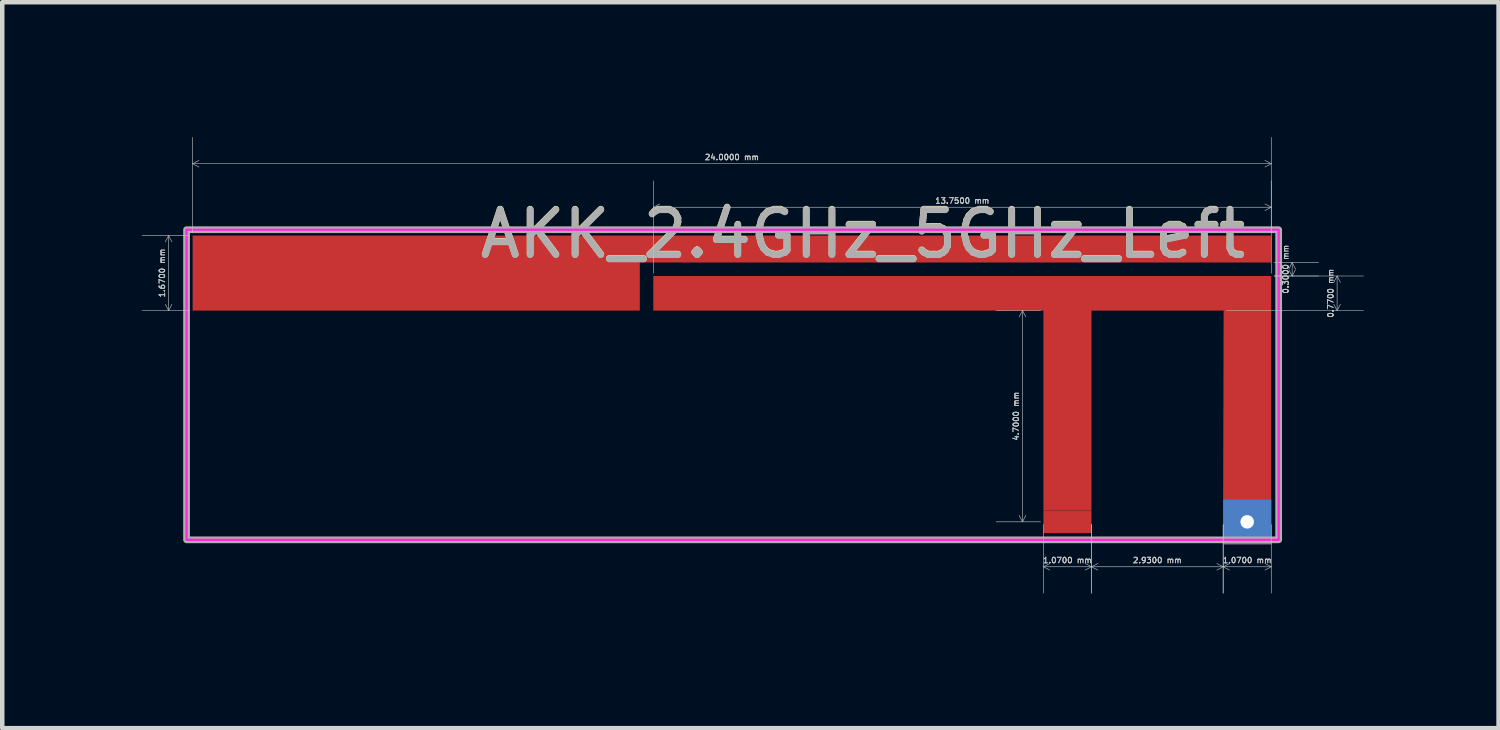
<source format=kicad_pcb>
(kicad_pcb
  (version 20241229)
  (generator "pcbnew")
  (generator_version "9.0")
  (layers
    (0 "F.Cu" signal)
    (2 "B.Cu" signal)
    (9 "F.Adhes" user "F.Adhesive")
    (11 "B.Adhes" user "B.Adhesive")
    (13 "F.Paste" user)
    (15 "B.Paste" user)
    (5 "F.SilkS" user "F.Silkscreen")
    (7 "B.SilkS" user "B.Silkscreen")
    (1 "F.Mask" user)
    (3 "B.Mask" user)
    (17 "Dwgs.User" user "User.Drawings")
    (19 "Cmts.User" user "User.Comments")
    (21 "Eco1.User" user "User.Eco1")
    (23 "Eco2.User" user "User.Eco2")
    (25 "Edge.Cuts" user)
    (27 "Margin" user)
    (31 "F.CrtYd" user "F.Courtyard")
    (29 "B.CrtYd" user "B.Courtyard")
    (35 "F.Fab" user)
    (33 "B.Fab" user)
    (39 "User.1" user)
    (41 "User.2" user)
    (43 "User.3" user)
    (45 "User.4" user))
  (footprint "AKK_2.4GHz_5GHz_Left"
    (layer "F.Cu")
    (at 20.701 8.561)
    (property "Reference" "AKK_2.4GHz_5GHz_Left" (at -4.55 -6.41 0) (layer "F.SilkS") (effects (font (size 1 1) (thickness 0.15))))
    (attr exclude_from_pos_files exclude_from_bom)
    (fp_poly (pts (xy 4.535 -5.77) (xy -9.515 -5.77) (xy -9.515 -4.7) (xy -19.465 -4.7) (xy -19.465 -6.37) (xy 4.535 -6.37)) (stroke (width 0) (type solid)) (fill yes) (layer "F.Cu"))
    (fp_poly (pts (xy -0.535 -0.25) (xy -0.535 -4.7) (xy -9.215 -4.7) (xy -9.215 -5.47) (xy 4.535 -5.47) (xy 4.535 -0.5) (xy 3.465 -0.5) (xy 3.475 -4.7) (xy 0.535 -4.7) (xy 0.535 -0.25)) (stroke (width 0) (type solid)) (fill yes) (layer "F.Cu"))
    (fp_rect (start -19.6 -6.5) (end 4.7 0.4) (stroke (width 0.05) (type default)) (fill no) (layer "F.CrtYd"))
    (fp_rect (start -19.6 -6.5) (end 4.7 0.4) (stroke (width 0.15) (type default)) (fill no) (layer "F.Fab"))
    (fp_text user "${REFERENCE}" (at -4.55 -6.4 0) (layer "F.Fab") (effects (font (size 1 1) (thickness 0.15))))
    (dimension (type aligned) (layer "Dwgs.User") (pts (xy 24.166 8.561) (xy 25.236 8.561)) (height 1) (format (prefix "") (suffix "") (units 3) (units_format 1) (precision 4)) (style (thickness 0.013) (arrow_length 0.159) (text_position_mode 0) (arrow_direction outward) (extension_height 0.586) (extension_offset 0.062) (keep_text_aligned yes)) (gr_text "1.0700 mm" (at 24.701 9.417 0) (layer "Dwgs.User") (effects (font (size 0.125 0.125) (thickness 0.019)))))
    (dimension (type aligned) (layer "Dwgs.User") (pts (xy 25.236 2.191) (xy 1.236 2.191)) (height 1.598) (format (prefix "") (suffix "") (units 3) (units_format 1) (precision 4)) (style (thickness 0.013) (arrow_length 0.159) (text_position_mode 0) (arrow_direction outward) (extension_height 0.586) (extension_offset 0.062) (keep_text_aligned yes)) (gr_text "24.0000 mm" (at 13.236 0.449 0) (layer "Dwgs.User") (effects (font (size 0.125 0.125) (thickness 0.019)))))
    (dimension (type aligned) (layer "Dwgs.User") (pts (xy 25.236 3.091) (xy 25.236 2.791)) (height 0.465) (format (prefix "") (suffix "") (units 3) (units_format 1) (precision 4)) (style (thickness 0.013) (arrow_length 0.159) (text_position_mode 0) (arrow_direction outward) (extension_height 0.586) (extension_offset 0.062) (keep_text_aligned yes)) (gr_text "0.3000 mm" (at 25.557 2.941 90) (layer "Dwgs.User") (effects (font (size 0.125 0.125) (thickness 0.019)))))
    (dimension (type aligned) (layer "Dwgs.User") (pts (xy 21.236 8.561) (xy 24.166 8.561)) (height 1) (format (prefix "") (suffix "") (units 3) (units_format 1) (precision 4)) (style (thickness 0.013) (arrow_length 0.159) (text_position_mode 0) (arrow_direction outward) (extension_height 0.586) (extension_offset 0.062) (keep_text_aligned yes)) (gr_text "2.9300 mm" (at 22.701 9.417 0) (layer "Dwgs.User") (effects (font (size 0.125 0.125) (thickness 0.019)))))
    (dimension (type aligned) (layer "Dwgs.User") (pts (xy 20.166 8.561) (xy 21.236 8.561)) (height 1) (format (prefix "") (suffix "") (units 3) (units_format 1) (precision 4)) (style (thickness 0.013) (arrow_length 0.159) (text_position_mode 0) (arrow_direction outward) (extension_height 0.586) (extension_offset 0.062) (keep_text_aligned yes)) (gr_text "1.0700 mm" (at 20.701 9.417 0) (layer "Dwgs.User") (effects (font (size 0.125 0.125) (thickness 0.019)))))
    (dimension (type aligned) (layer "Dwgs.User") (pts (xy 1.236 3.861) (xy 1.236 2.191)) (height -0.535) (format (prefix "") (suffix "") (units 3) (units_format 1) (precision 4)) (style (thickness 0.013) (arrow_length 0.159) (text_position_mode 0) (arrow_direction outward) (extension_height 0.586) (extension_offset 0.062) (keep_text_aligned yes)) (gr_text "1.6700 mm" (at 0.557 3.026 90) (layer "Dwgs.User") (effects (font (size 0.125 0.125) (thickness 0.019)))))
    (dimension (type aligned) (layer "Dwgs.User") (pts (xy 20.166 3.861) (xy 20.166 8.561)) (height 0.465) (format (prefix "") (suffix "") (units 3) (units_format 1) (precision 4)) (style (thickness 0.013) (arrow_length 0.159) (text_position_mode 0) (arrow_direction outward) (extension_height 0.586) (extension_offset 0.062) (keep_text_aligned yes)) (gr_text "4.7000 mm" (at 19.557 6.211 90) (layer "Dwgs.User") (effects (font (size 0.125 0.125) (thickness 0.019)))))
    (dimension (type aligned) (layer "Dwgs.User") (pts (xy 25.236 3.091) (xy 11.486 3.091)) (height 1.53) (format (prefix "") (suffix "") (units 3) (units_format 1) (precision 4)) (style (thickness 0.013) (arrow_length 0.159) (text_position_mode 0) (arrow_direction outward) (extension_height 0.586) (extension_offset 0.062) (keep_text_aligned yes)) (gr_text "13.7500 mm" (at 18.361 1.417 0) (layer "Dwgs.User") (effects (font (size 0.125 0.125) (thickness 0.019)))))
    (dimension (type orthogonal) (layer "Dwgs.User") (pts (xy 24.176 3.861) (xy 25.236 3.091)) (height 2.525) (orientation 1) (format (prefix "") (suffix "") (units 3) (units_format 1) (precision 4)) (style (thickness 0.013) (arrow_length 0.159) (text_position_mode 0) (arrow_direction outward) (extension_height 0.586) (extension_offset 0.062) (keep_text_aligned yes)) (gr_text "0.7700 mm" (at 26.557 3.476 90) (layer "Dwgs.User") (effects (font (size 0.125 0.125) (thickness 0.019)))))
    (pad "1" connect rect (at 0 0) (size 1.07 0.5) (layers "F.Cu"))
    (pad "2" thru_hole rect (at 4 0) (size 1.07 1) (drill 0.3) (layers "*.Cu"))
    (zone (net_name "") (layers "F.Cu" "B.Cu") (hatch edge 0.5) (connect_pads) (min_thickness 0.25) (filled_areas_thickness no) (keepout (tracks allowed) (vias not_allowed) (pads allowed) (copperpour not_allowed) (footprints allowed)) (placement (enabled no)) (fill) (polygon (pts (xy 1.101 2.061) (xy 1.101 8.561) (xy 24.101 8.561) (xy 24.101 8.011) (xy 25.301 8.011) (xy 25.301 8.561) (xy 25.401 8.561) (xy 25.401 2.061)))))
  (gr_rect
    (start -3 -3)
    (end 30.294 13.153)
    (stroke (width 0.1) (type default))
    (fill no)
    (layer "Edge.Cuts")))
</source>
